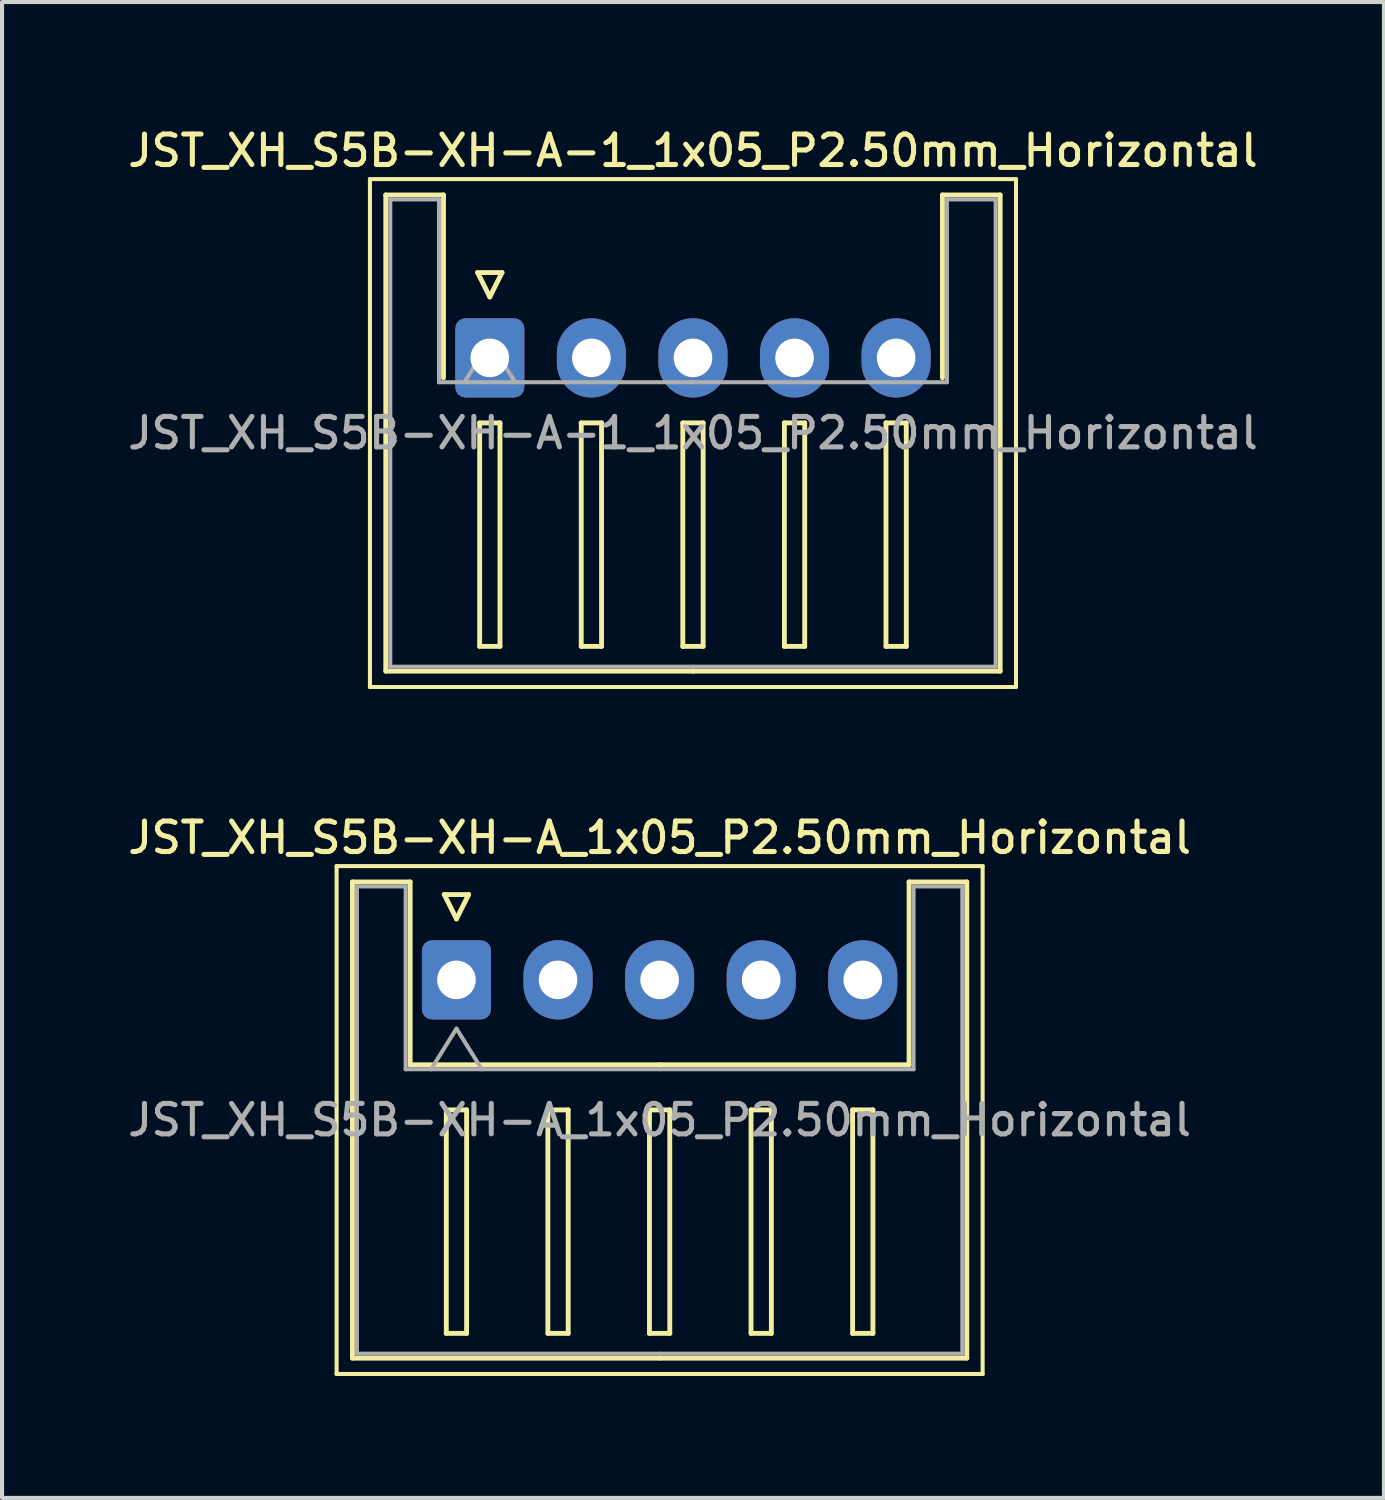
<source format=kicad_pcb>
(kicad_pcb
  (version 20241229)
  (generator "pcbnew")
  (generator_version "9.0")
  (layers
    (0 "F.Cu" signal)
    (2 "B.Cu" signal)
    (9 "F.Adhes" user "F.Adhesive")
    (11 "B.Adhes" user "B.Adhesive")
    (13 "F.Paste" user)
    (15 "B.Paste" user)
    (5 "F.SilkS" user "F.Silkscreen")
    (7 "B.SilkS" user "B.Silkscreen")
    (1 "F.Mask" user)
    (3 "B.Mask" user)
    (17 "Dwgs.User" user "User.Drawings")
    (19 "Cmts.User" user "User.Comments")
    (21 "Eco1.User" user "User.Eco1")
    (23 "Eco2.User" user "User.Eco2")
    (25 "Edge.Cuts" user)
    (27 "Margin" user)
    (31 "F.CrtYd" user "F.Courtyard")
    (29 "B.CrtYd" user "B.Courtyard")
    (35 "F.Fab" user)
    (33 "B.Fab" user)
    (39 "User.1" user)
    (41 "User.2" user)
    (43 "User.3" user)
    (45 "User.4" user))
  (footprint "JST_XH_S5B-XH-A-1_1x05_P2.50mm_Horizontal"
    (layer "F.Cu")
    (at 9.005 5.758)
    (property "Reference" "JST_XH_S5B-XH-A-1_1x05_P2.50mm_Horizontal" (at 5 -5.1 0) (layer "F.SilkS") (effects (font (size 0.75 0.75) (thickness 0.125))))
    (attr through_hole)
    (fp_line (start -2.95 -4.4) (end -2.95 8.1) (stroke (width 0.1) (type solid)) (layer "F.SilkS"))
    (fp_line (start -2.95 8.1) (end 12.95 8.1) (stroke (width 0.1) (type solid)) (layer "F.SilkS"))
    (fp_line (start -2.56 -4.01) (end -1.14 -4.01) (stroke (width 0.12) (type solid)) (layer "F.SilkS"))
    (fp_line (start -2.56 7.71) (end -2.56 -4.01) (stroke (width 0.12) (type solid)) (layer "F.SilkS"))
    (fp_line (start -1.14 -4.01) (end -1.14 0.49) (stroke (width 0.12) (type solid)) (layer "F.SilkS"))
    (fp_line (start -0.3 -2.1) (end 0.3 -2.1) (stroke (width 0.12) (type solid)) (layer "F.SilkS"))
    (fp_line (start -0.25 1.6) (end -0.25 7.1) (stroke (width 0.12) (type solid)) (layer "F.SilkS"))
    (fp_line (start -0.25 7.1) (end 0.25 7.1) (stroke (width 0.12) (type solid)) (layer "F.SilkS"))
    (fp_line (start 0 -1.5) (end -0.3 -2.1) (stroke (width 0.12) (type solid)) (layer "F.SilkS"))
    (fp_line (start 0.25 1.6) (end -0.25 1.6) (stroke (width 0.12) (type solid)) (layer "F.SilkS"))
    (fp_line (start 0.25 7.1) (end 0.25 1.6) (stroke (width 0.12) (type solid)) (layer "F.SilkS"))
    (fp_line (start 0.3 -2.1) (end 0 -1.5) (stroke (width 0.12) (type solid)) (layer "F.SilkS"))
    (fp_line (start 2.25 1.6) (end 2.25 7.1) (stroke (width 0.12) (type solid)) (layer "F.SilkS"))
    (fp_line (start 2.25 7.1) (end 2.75 7.1) (stroke (width 0.12) (type solid)) (layer "F.SilkS"))
    (fp_line (start 2.75 1.6) (end 2.25 1.6) (stroke (width 0.12) (type solid)) (layer "F.SilkS"))
    (fp_line (start 2.75 7.1) (end 2.75 1.6) (stroke (width 0.12) (type solid)) (layer "F.SilkS"))
    (fp_line (start 4.75 1.6) (end 4.75 7.1) (stroke (width 0.12) (type solid)) (layer "F.SilkS"))
    (fp_line (start 4.75 7.1) (end 5.25 7.1) (stroke (width 0.12) (type solid)) (layer "F.SilkS"))
    (fp_line (start 5 7.71) (end -2.56 7.71) (stroke (width 0.12) (type solid)) (layer "F.SilkS"))
    (fp_line (start 5 7.71) (end 12.56 7.71) (stroke (width 0.12) (type solid)) (layer "F.SilkS"))
    (fp_line (start 5.25 1.6) (end 4.75 1.6) (stroke (width 0.12) (type solid)) (layer "F.SilkS"))
    (fp_line (start 5.25 7.1) (end 5.25 1.6) (stroke (width 0.12) (type solid)) (layer "F.SilkS"))
    (fp_line (start 7.25 1.6) (end 7.25 7.1) (stroke (width 0.12) (type solid)) (layer "F.SilkS"))
    (fp_line (start 7.25 7.1) (end 7.75 7.1) (stroke (width 0.12) (type solid)) (layer "F.SilkS"))
    (fp_line (start 7.75 1.6) (end 7.25 1.6) (stroke (width 0.12) (type solid)) (layer "F.SilkS"))
    (fp_line (start 7.75 7.1) (end 7.75 1.6) (stroke (width 0.12) (type solid)) (layer "F.SilkS"))
    (fp_line (start 9.75 1.6) (end 9.75 7.1) (stroke (width 0.12) (type solid)) (layer "F.SilkS"))
    (fp_line (start 9.75 7.1) (end 10.25 7.1) (stroke (width 0.12) (type solid)) (layer "F.SilkS"))
    (fp_line (start 10.25 1.6) (end 9.75 1.6) (stroke (width 0.12) (type solid)) (layer "F.SilkS"))
    (fp_line (start 10.25 7.1) (end 10.25 1.6) (stroke (width 0.12) (type solid)) (layer "F.SilkS"))
    (fp_line (start 11.14 -4.01) (end 11.14 0.49) (stroke (width 0.12) (type solid)) (layer "F.SilkS"))
    (fp_line (start 12.56 -4.01) (end 11.14 -4.01) (stroke (width 0.12) (type solid)) (layer "F.SilkS"))
    (fp_line (start 12.56 7.71) (end 12.56 -4.01) (stroke (width 0.12) (type solid)) (layer "F.SilkS"))
    (fp_line (start 12.95 -4.4) (end -2.95 -4.4) (stroke (width 0.1) (type solid)) (layer "F.SilkS"))
    (fp_line (start 12.95 8.1) (end 12.95 -4.4) (stroke (width 0.1) (type solid)) (layer "F.SilkS"))
    (fp_line (start -2.45 -3.9) (end -1.25 -3.9) (stroke (width 0.1) (type solid)) (layer "F.Fab"))
    (fp_line (start -2.45 7.6) (end -2.45 -3.9) (stroke (width 0.1) (type solid)) (layer "F.Fab"))
    (fp_line (start -1.25 -3.9) (end -1.25 0.6) (stroke (width 0.1) (type solid)) (layer "F.Fab"))
    (fp_line (start -1.25 0.6) (end 5 0.6) (stroke (width 0.1) (type solid)) (layer "F.Fab"))
    (fp_line (start -0.625 0.6) (end 0 -0.4) (stroke (width 0.1) (type solid)) (layer "F.Fab"))
    (fp_line (start 0 -0.4) (end 0.625 0.6) (stroke (width 0.1) (type solid)) (layer "F.Fab"))
    (fp_line (start 5 7.6) (end -2.45 7.6) (stroke (width 0.1) (type solid)) (layer "F.Fab"))
    (fp_line (start 5 7.6) (end 12.45 7.6) (stroke (width 0.1) (type solid)) (layer "F.Fab"))
    (fp_line (start 11.25 -3.9) (end 11.25 0.6) (stroke (width 0.1) (type solid)) (layer "F.Fab"))
    (fp_line (start 11.25 0.6) (end 5 0.6) (stroke (width 0.1) (type solid)) (layer "F.Fab"))
    (fp_line (start 12.45 -3.9) (end 11.25 -3.9) (stroke (width 0.1) (type solid)) (layer "F.Fab"))
    (fp_line (start 12.45 7.6) (end 12.45 -3.9) (stroke (width 0.1) (type solid)) (layer "F.Fab"))
    (fp_text user "${REFERENCE}" (at 5 1.85 0) (layer "F.Fab") (effects (font (size 0.75 0.75) (thickness 0.125))))
    (pad "1" thru_hole roundrect (at 0 0) (size 1.7 1.95) (drill 0.95) (layers "*.Cu" "*.Mask") (roundrect_rratio 0.147))
    (pad "2" thru_hole oval (at 2.5 0) (size 1.7 1.95) (drill 0.95) (layers "*.Cu" "*.Mask"))
    (pad "3" thru_hole oval (at 5 0) (size 1.7 1.95) (drill 0.95) (layers "*.Cu" "*.Mask"))
    (pad "4" thru_hole oval (at 7.5 0) (size 1.7 1.95) (drill 0.95) (layers "*.Cu" "*.Mask"))
    (pad "5" thru_hole oval (at 10 0) (size 1.7 1.95) (drill 0.95) (layers "*.Cu" "*.Mask")))
  (footprint "JST_XH_S5B-XH-A_1x05_P2.50mm_Horizontal"
    (layer "F.Cu")
    (at 8.184 21.066)
    (property "Reference" "JST_XH_S5B-XH-A_1x05_P2.50mm_Horizontal" (at 5 -3.5 0) (layer "F.SilkS") (effects (font (size 0.75 0.75) (thickness 0.125))))
    (attr through_hole)
    (fp_line (start -2.95 -2.8) (end -2.95 9.7) (stroke (width 0.1) (type solid)) (layer "F.SilkS"))
    (fp_line (start -2.95 9.7) (end 12.95 9.7) (stroke (width 0.1) (type solid)) (layer "F.SilkS"))
    (fp_line (start -2.56 -2.41) (end -1.14 -2.41) (stroke (width 0.12) (type solid)) (layer "F.SilkS"))
    (fp_line (start -2.56 9.31) (end -2.56 -2.41) (stroke (width 0.12) (type solid)) (layer "F.SilkS"))
    (fp_line (start -1.14 -2.41) (end -1.14 2.09) (stroke (width 0.12) (type solid)) (layer "F.SilkS"))
    (fp_line (start -1.14 2.09) (end 5 2.09) (stroke (width 0.12) (type solid)) (layer "F.SilkS"))
    (fp_line (start -0.3 -2.1) (end 0.3 -2.1) (stroke (width 0.12) (type solid)) (layer "F.SilkS"))
    (fp_line (start -0.25 3.2) (end -0.25 8.7) (stroke (width 0.12) (type solid)) (layer "F.SilkS"))
    (fp_line (start -0.25 8.7) (end 0.25 8.7) (stroke (width 0.12) (type solid)) (layer "F.SilkS"))
    (fp_line (start 0 -1.5) (end -0.3 -2.1) (stroke (width 0.12) (type solid)) (layer "F.SilkS"))
    (fp_line (start 0.25 3.2) (end -0.25 3.2) (stroke (width 0.12) (type solid)) (layer "F.SilkS"))
    (fp_line (start 0.25 8.7) (end 0.25 3.2) (stroke (width 0.12) (type solid)) (layer "F.SilkS"))
    (fp_line (start 0.3 -2.1) (end 0 -1.5) (stroke (width 0.12) (type solid)) (layer "F.SilkS"))
    (fp_line (start 2.25 3.2) (end 2.25 8.7) (stroke (width 0.12) (type solid)) (layer "F.SilkS"))
    (fp_line (start 2.25 8.7) (end 2.75 8.7) (stroke (width 0.12) (type solid)) (layer "F.SilkS"))
    (fp_line (start 2.75 3.2) (end 2.25 3.2) (stroke (width 0.12) (type solid)) (layer "F.SilkS"))
    (fp_line (start 2.75 8.7) (end 2.75 3.2) (stroke (width 0.12) (type solid)) (layer "F.SilkS"))
    (fp_line (start 4.75 3.2) (end 4.75 8.7) (stroke (width 0.12) (type solid)) (layer "F.SilkS"))
    (fp_line (start 4.75 8.7) (end 5.25 8.7) (stroke (width 0.12) (type solid)) (layer "F.SilkS"))
    (fp_line (start 5 9.31) (end -2.56 9.31) (stroke (width 0.12) (type solid)) (layer "F.SilkS"))
    (fp_line (start 5 9.31) (end 12.56 9.31) (stroke (width 0.12) (type solid)) (layer "F.SilkS"))
    (fp_line (start 5.25 3.2) (end 4.75 3.2) (stroke (width 0.12) (type solid)) (layer "F.SilkS"))
    (fp_line (start 5.25 8.7) (end 5.25 3.2) (stroke (width 0.12) (type solid)) (layer "F.SilkS"))
    (fp_line (start 7.25 3.2) (end 7.25 8.7) (stroke (width 0.12) (type solid)) (layer "F.SilkS"))
    (fp_line (start 7.25 8.7) (end 7.75 8.7) (stroke (width 0.12) (type solid)) (layer "F.SilkS"))
    (fp_line (start 7.75 3.2) (end 7.25 3.2) (stroke (width 0.12) (type solid)) (layer "F.SilkS"))
    (fp_line (start 7.75 8.7) (end 7.75 3.2) (stroke (width 0.12) (type solid)) (layer "F.SilkS"))
    (fp_line (start 9.75 3.2) (end 9.75 8.7) (stroke (width 0.12) (type solid)) (layer "F.SilkS"))
    (fp_line (start 9.75 8.7) (end 10.25 8.7) (stroke (width 0.12) (type solid)) (layer "F.SilkS"))
    (fp_line (start 10.25 3.2) (end 9.75 3.2) (stroke (width 0.12) (type solid)) (layer "F.SilkS"))
    (fp_line (start 10.25 8.7) (end 10.25 3.2) (stroke (width 0.12) (type solid)) (layer "F.SilkS"))
    (fp_line (start 11.14 -2.41) (end 11.14 2.09) (stroke (width 0.12) (type solid)) (layer "F.SilkS"))
    (fp_line (start 11.14 2.09) (end 5 2.09) (stroke (width 0.12) (type solid)) (layer "F.SilkS"))
    (fp_line (start 12.56 -2.41) (end 11.14 -2.41) (stroke (width 0.12) (type solid)) (layer "F.SilkS"))
    (fp_line (start 12.56 9.31) (end 12.56 -2.41) (stroke (width 0.12) (type solid)) (layer "F.SilkS"))
    (fp_line (start 12.95 -2.8) (end -2.95 -2.8) (stroke (width 0.1) (type solid)) (layer "F.SilkS"))
    (fp_line (start 12.95 9.7) (end 12.95 -2.8) (stroke (width 0.1) (type solid)) (layer "F.SilkS"))
    (fp_line (start -2.45 -2.3) (end -1.25 -2.3) (stroke (width 0.1) (type solid)) (layer "F.Fab"))
    (fp_line (start -2.45 9.2) (end -2.45 -2.3) (stroke (width 0.1) (type solid)) (layer "F.Fab"))
    (fp_line (start -1.25 -2.3) (end -1.25 2.2) (stroke (width 0.1) (type solid)) (layer "F.Fab"))
    (fp_line (start -1.25 2.2) (end 5 2.2) (stroke (width 0.1) (type solid)) (layer "F.Fab"))
    (fp_line (start -0.625 2.2) (end 0 1.2) (stroke (width 0.1) (type solid)) (layer "F.Fab"))
    (fp_line (start 0 1.2) (end 0.625 2.2) (stroke (width 0.1) (type solid)) (layer "F.Fab"))
    (fp_line (start 5 9.2) (end -2.45 9.2) (stroke (width 0.1) (type solid)) (layer "F.Fab"))
    (fp_line (start 5 9.2) (end 12.45 9.2) (stroke (width 0.1) (type solid)) (layer "F.Fab"))
    (fp_line (start 11.25 -2.3) (end 11.25 2.2) (stroke (width 0.1) (type solid)) (layer "F.Fab"))
    (fp_line (start 11.25 2.2) (end 5 2.2) (stroke (width 0.1) (type solid)) (layer "F.Fab"))
    (fp_line (start 12.45 -2.3) (end 11.25 -2.3) (stroke (width 0.1) (type solid)) (layer "F.Fab"))
    (fp_line (start 12.45 9.2) (end 12.45 -2.3) (stroke (width 0.1) (type solid)) (layer "F.Fab"))
    (fp_text user "${REFERENCE}" (at 5 3.45 0) (layer "F.Fab") (effects (font (size 0.75 0.75) (thickness 0.125))))
    (pad "1" thru_hole roundrect (at 0 0) (size 1.7 1.95) (drill 0.95) (layers "*.Cu" "*.Mask") (roundrect_rratio 0.147))
    (pad "2" thru_hole oval (at 2.5 0) (size 1.7 1.95) (drill 0.95) (layers "*.Cu" "*.Mask"))
    (pad "3" thru_hole oval (at 5 0) (size 1.7 1.95) (drill 0.95) (layers "*.Cu" "*.Mask"))
    (pad "4" thru_hole oval (at 7.5 0) (size 1.7 1.95) (drill 0.95) (layers "*.Cu" "*.Mask"))
    (pad "5" thru_hole oval (at 10 0) (size 1.7 1.95) (drill 0.95) (layers "*.Cu" "*.Mask")))
  (gr_rect
    (start -3 -3)
    (end 31.011 33.816)
    (stroke (width 0.1) (type default))
    (fill no)
    (layer "Edge.Cuts")))
</source>
